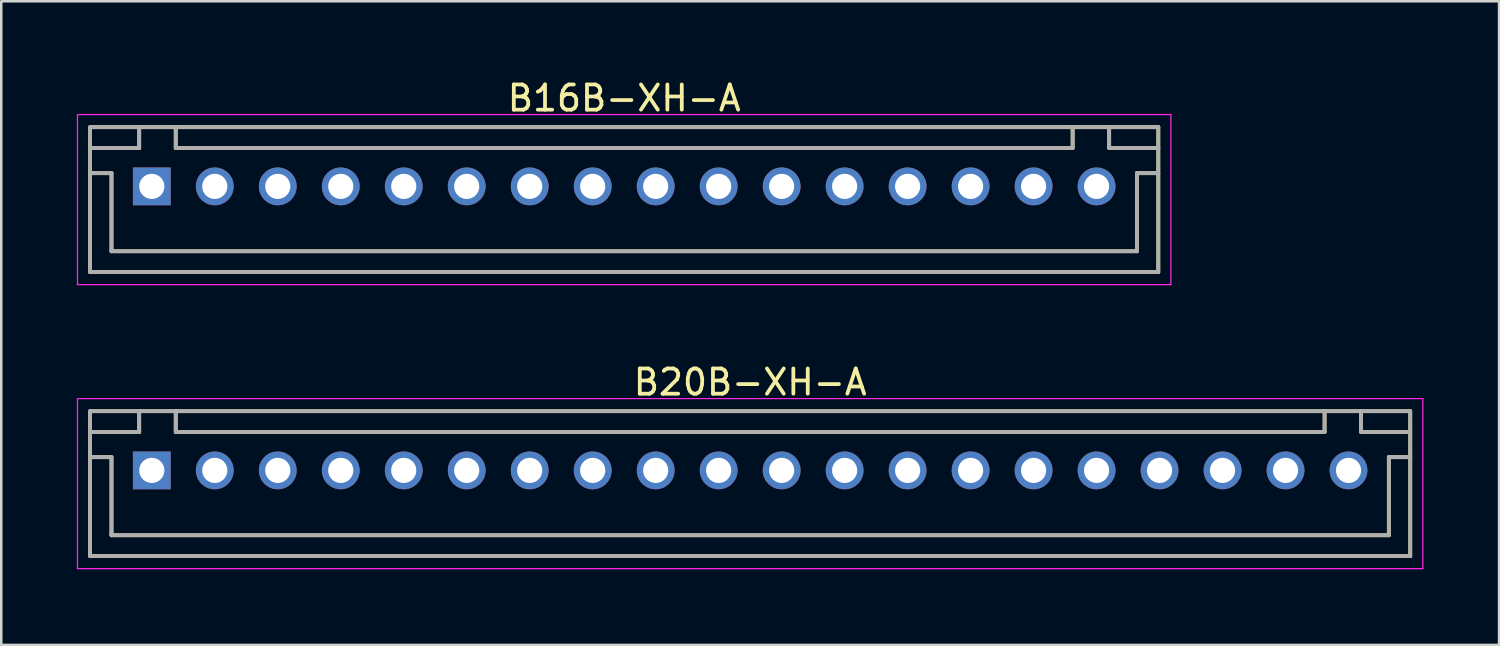
<source format=kicad_pcb>
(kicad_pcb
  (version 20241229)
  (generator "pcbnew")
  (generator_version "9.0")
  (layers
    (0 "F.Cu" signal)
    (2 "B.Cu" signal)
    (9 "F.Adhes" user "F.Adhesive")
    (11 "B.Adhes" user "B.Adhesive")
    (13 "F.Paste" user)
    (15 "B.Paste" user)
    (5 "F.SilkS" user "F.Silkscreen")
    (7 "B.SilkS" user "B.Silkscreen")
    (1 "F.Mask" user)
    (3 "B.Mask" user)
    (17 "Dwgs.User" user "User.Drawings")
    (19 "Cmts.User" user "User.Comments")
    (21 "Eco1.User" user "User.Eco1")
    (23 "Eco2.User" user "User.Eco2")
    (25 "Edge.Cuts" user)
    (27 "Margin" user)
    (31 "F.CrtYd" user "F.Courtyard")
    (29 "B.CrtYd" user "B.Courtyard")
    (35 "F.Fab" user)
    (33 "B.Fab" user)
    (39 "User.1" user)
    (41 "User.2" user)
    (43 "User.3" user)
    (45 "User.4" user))
  (footprint "B16B-XH-A"
    (layer "F.Cu")
    (at 21.725 4.348)
    (property "Reference" "B16B-XH-A" (at 0 -3.5 0) (layer "F.SilkS") (effects (font (size 1 1) (thickness 0.15))))
    (attr smd)
    (fp_line (start -21.2 -2.35) (end -21.2 3.4) (stroke (width 0.15) (type solid)) (layer "F.SilkS"))
    (fp_line (start -21.2 -2.35) (end 21.2 -2.35) (stroke (width 0.15) (type solid)) (layer "F.SilkS"))
    (fp_line (start -21.2 -1.525) (end -19.25 -1.525) (stroke (width 0.15) (type solid)) (layer "F.SilkS"))
    (fp_line (start -21.2 -0.525) (end -20.35 -0.525) (stroke (width 0.15) (type solid)) (layer "F.SilkS"))
    (fp_line (start -21.2 3.4) (end 21.2 3.4) (stroke (width 0.15) (type solid)) (layer "F.SilkS"))
    (fp_line (start -20.35 -0.525) (end -20.35 2.575) (stroke (width 0.15) (type solid)) (layer "F.SilkS"))
    (fp_line (start -20.35 2.575) (end 20.35 2.575) (stroke (width 0.15) (type solid)) (layer "F.SilkS"))
    (fp_line (start -19.25 -2.35) (end -19.25 -1.525) (stroke (width 0.15) (type solid)) (layer "F.SilkS"))
    (fp_line (start -17.8 -2.35) (end -17.8 -1.525) (stroke (width 0.15) (type solid)) (layer "F.SilkS"))
    (fp_line (start -17.8 -1.525) (end 17.8 -1.525) (stroke (width 0.15) (type solid)) (layer "F.SilkS"))
    (fp_line (start 17.8 -2.35) (end 17.8 -1.525) (stroke (width 0.15) (type solid)) (layer "F.SilkS"))
    (fp_line (start 19.25 -2.35) (end 19.25 -1.525) (stroke (width 0.15) (type solid)) (layer "F.SilkS"))
    (fp_line (start 19.25 -1.525) (end 21.2 -1.525) (stroke (width 0.15) (type solid)) (layer "F.SilkS"))
    (fp_line (start 20.35 -0.525) (end 20.35 2.575) (stroke (width 0.15) (type solid)) (layer "F.SilkS"))
    (fp_line (start 20.35 -0.525) (end 21.2 -0.525) (stroke (width 0.15) (type solid)) (layer "F.SilkS"))
    (fp_line (start 21.2 -2.35) (end 21.2 3.4) (stroke (width 0.15) (type solid)) (layer "F.SilkS"))
    (fp_line (start -21.7 -2.85) (end -21.7 3.9) (stroke (width 0.05) (type solid)) (layer "F.CrtYd"))
    (fp_line (start -21.7 -2.85) (end 21.7 -2.85) (stroke (width 0.05) (type solid)) (layer "F.CrtYd"))
    (fp_line (start -21.7 3.9) (end 21.7 3.9) (stroke (width 0.05) (type solid)) (layer "F.CrtYd"))
    (fp_line (start 21.7 -2.85) (end 21.7 3.9) (stroke (width 0.05) (type solid)) (layer "F.CrtYd"))
    (fp_line (start -21.2 -2.35) (end -21.2 3.4) (stroke (width 0.15) (type solid)) (layer "F.Fab"))
    (fp_line (start -21.2 -2.35) (end 21.2 -2.35) (stroke (width 0.15) (type solid)) (layer "F.Fab"))
    (fp_line (start -21.2 -1.525) (end -19.25 -1.525) (stroke (width 0.15) (type solid)) (layer "F.Fab"))
    (fp_line (start -21.2 -0.525) (end -20.35 -0.525) (stroke (width 0.15) (type solid)) (layer "F.Fab"))
    (fp_line (start -21.2 3.4) (end 21.2 3.4) (stroke (width 0.15) (type solid)) (layer "F.Fab"))
    (fp_line (start -20.35 -0.525) (end -20.35 2.575) (stroke (width 0.15) (type solid)) (layer "F.Fab"))
    (fp_line (start -20.35 2.575) (end 20.35 2.575) (stroke (width 0.15) (type solid)) (layer "F.Fab"))
    (fp_line (start -19.25 -2.35) (end -19.25 -1.525) (stroke (width 0.15) (type solid)) (layer "F.Fab"))
    (fp_line (start -17.8 -2.35) (end -17.8 -1.525) (stroke (width 0.15) (type solid)) (layer "F.Fab"))
    (fp_line (start -17.8 -1.525) (end 17.8 -1.525) (stroke (width 0.15) (type solid)) (layer "F.Fab"))
    (fp_line (start 17.8 -2.35) (end 17.8 -1.525) (stroke (width 0.15) (type solid)) (layer "F.Fab"))
    (fp_line (start 19.25 -2.35) (end 19.25 -1.525) (stroke (width 0.15) (type solid)) (layer "F.Fab"))
    (fp_line (start 19.25 -1.525) (end 21.2 -1.525) (stroke (width 0.15) (type solid)) (layer "F.Fab"))
    (fp_line (start 20.35 -0.525) (end 20.35 2.575) (stroke (width 0.15) (type solid)) (layer "F.Fab"))
    (fp_line (start 20.35 -0.525) (end 21.2 -0.525) (stroke (width 0.15) (type solid)) (layer "F.Fab"))
    (fp_line (start 21.2 -2.35) (end 21.2 3.4) (stroke (width 0.15) (type solid)) (layer "F.Fab"))
    (pad "1" thru_hole rect (at -18.75 0) (size 1.5 1.5) (drill 1) (layers "*.Cu" "*.Mask"))
    (pad "2" thru_hole circle (at -16.25 0) (size 1.5 1.5) (drill 1) (layers "*.Cu" "*.Mask"))
    (pad "3" thru_hole circle (at -13.75 0) (size 1.5 1.5) (drill 1) (layers "*.Cu" "*.Mask"))
    (pad "4" thru_hole circle (at -11.25 0) (size 1.5 1.5) (drill 1) (layers "*.Cu" "*.Mask"))
    (pad "5" thru_hole circle (at -8.75 0) (size 1.5 1.5) (drill 1) (layers "*.Cu" "*.Mask"))
    (pad "6" thru_hole circle (at -6.25 0) (size 1.5 1.5) (drill 1) (layers "*.Cu" "*.Mask"))
    (pad "7" thru_hole circle (at -3.75 0) (size 1.5 1.5) (drill 1) (layers "*.Cu" "*.Mask"))
    (pad "8" thru_hole circle (at -1.25 0) (size 1.5 1.5) (drill 1) (layers "*.Cu" "*.Mask"))
    (pad "9" thru_hole circle (at 1.25 0) (size 1.5 1.5) (drill 1) (layers "*.Cu" "*.Mask"))
    (pad "10" thru_hole circle (at 3.75 0) (size 1.5 1.5) (drill 1) (layers "*.Cu" "*.Mask"))
    (pad "11" thru_hole circle (at 6.25 0) (size 1.5 1.5) (drill 1) (layers "*.Cu" "*.Mask"))
    (pad "12" thru_hole circle (at 8.75 0) (size 1.5 1.5) (drill 1) (layers "*.Cu" "*.Mask"))
    (pad "13" thru_hole circle (at 11.25 0) (size 1.5 1.5) (drill 1) (layers "*.Cu" "*.Mask"))
    (pad "14" thru_hole circle (at 13.75 0) (size 1.5 1.5) (drill 1) (layers "*.Cu" "*.Mask"))
    (pad "15" thru_hole circle (at 16.25 0) (size 1.5 1.5) (drill 1) (layers "*.Cu" "*.Mask"))
    (pad "16" thru_hole circle (at 18.75 0) (size 1.5 1.5) (drill 1) (layers "*.Cu" "*.Mask")))
  (footprint "B20B-XH-A"
    (layer "F.Cu")
    (at 26.725 15.621)
    (property "Reference" "B20B-XH-A" (at 0 -3.5 0) (layer "F.SilkS") (effects (font (size 1 1) (thickness 0.15))))
    (attr smd)
    (fp_line (start -26.2 -2.35) (end -26.2 3.4) (stroke (width 0.15) (type solid)) (layer "F.SilkS"))
    (fp_line (start -26.2 -2.35) (end 26.2 -2.35) (stroke (width 0.15) (type solid)) (layer "F.SilkS"))
    (fp_line (start -26.2 -1.525) (end -24.25 -1.525) (stroke (width 0.15) (type solid)) (layer "F.SilkS"))
    (fp_line (start -26.2 -0.525) (end -25.35 -0.525) (stroke (width 0.15) (type solid)) (layer "F.SilkS"))
    (fp_line (start -26.2 3.4) (end 26.2 3.4) (stroke (width 0.15) (type solid)) (layer "F.SilkS"))
    (fp_line (start -25.35 -0.525) (end -25.35 2.575) (stroke (width 0.15) (type solid)) (layer "F.SilkS"))
    (fp_line (start -25.35 2.575) (end 25.35 2.575) (stroke (width 0.15) (type solid)) (layer "F.SilkS"))
    (fp_line (start -24.25 -2.35) (end -24.25 -1.525) (stroke (width 0.15) (type solid)) (layer "F.SilkS"))
    (fp_line (start -22.8 -2.35) (end -22.8 -1.525) (stroke (width 0.15) (type solid)) (layer "F.SilkS"))
    (fp_line (start -22.8 -1.525) (end 22.8 -1.525) (stroke (width 0.15) (type solid)) (layer "F.SilkS"))
    (fp_line (start 22.8 -2.35) (end 22.8 -1.525) (stroke (width 0.15) (type solid)) (layer "F.SilkS"))
    (fp_line (start 24.25 -2.35) (end 24.25 -1.525) (stroke (width 0.15) (type solid)) (layer "F.SilkS"))
    (fp_line (start 24.25 -1.525) (end 26.2 -1.525) (stroke (width 0.15) (type solid)) (layer "F.SilkS"))
    (fp_line (start 25.35 -0.525) (end 25.35 2.575) (stroke (width 0.15) (type solid)) (layer "F.SilkS"))
    (fp_line (start 25.35 -0.525) (end 26.2 -0.525) (stroke (width 0.15) (type solid)) (layer "F.SilkS"))
    (fp_line (start 26.2 -2.35) (end 26.2 3.4) (stroke (width 0.15) (type solid)) (layer "F.SilkS"))
    (fp_line (start -26.7 -2.85) (end -26.7 3.9) (stroke (width 0.05) (type solid)) (layer "F.CrtYd"))
    (fp_line (start -26.7 -2.85) (end 26.7 -2.85) (stroke (width 0.05) (type solid)) (layer "F.CrtYd"))
    (fp_line (start -26.7 3.9) (end 26.7 3.9) (stroke (width 0.05) (type solid)) (layer "F.CrtYd"))
    (fp_line (start 26.7 -2.85) (end 26.7 3.9) (stroke (width 0.05) (type solid)) (layer "F.CrtYd"))
    (fp_line (start -26.2 -2.35) (end -26.2 3.4) (stroke (width 0.15) (type solid)) (layer "F.Fab"))
    (fp_line (start -26.2 -2.35) (end 26.2 -2.35) (stroke (width 0.15) (type solid)) (layer "F.Fab"))
    (fp_line (start -26.2 -1.525) (end -24.25 -1.525) (stroke (width 0.15) (type solid)) (layer "F.Fab"))
    (fp_line (start -26.2 -0.525) (end -25.35 -0.525) (stroke (width 0.15) (type solid)) (layer "F.Fab"))
    (fp_line (start -26.2 3.4) (end 26.2 3.4) (stroke (width 0.15) (type solid)) (layer "F.Fab"))
    (fp_line (start -25.35 -0.525) (end -25.35 2.575) (stroke (width 0.15) (type solid)) (layer "F.Fab"))
    (fp_line (start -25.35 2.575) (end 25.35 2.575) (stroke (width 0.15) (type solid)) (layer "F.Fab"))
    (fp_line (start -24.25 -2.35) (end -24.25 -1.525) (stroke (width 0.15) (type solid)) (layer "F.Fab"))
    (fp_line (start -22.8 -2.35) (end -22.8 -1.525) (stroke (width 0.15) (type solid)) (layer "F.Fab"))
    (fp_line (start -22.8 -1.525) (end 22.8 -1.525) (stroke (width 0.15) (type solid)) (layer "F.Fab"))
    (fp_line (start 22.8 -2.35) (end 22.8 -1.525) (stroke (width 0.15) (type solid)) (layer "F.Fab"))
    (fp_line (start 24.25 -2.35) (end 24.25 -1.525) (stroke (width 0.15) (type solid)) (layer "F.Fab"))
    (fp_line (start 24.25 -1.525) (end 26.2 -1.525) (stroke (width 0.15) (type solid)) (layer "F.Fab"))
    (fp_line (start 25.35 -0.525) (end 25.35 2.575) (stroke (width 0.15) (type solid)) (layer "F.Fab"))
    (fp_line (start 25.35 -0.525) (end 26.2 -0.525) (stroke (width 0.15) (type solid)) (layer "F.Fab"))
    (fp_line (start 26.2 -2.35) (end 26.2 3.4) (stroke (width 0.15) (type solid)) (layer "F.Fab"))
    (pad "1" thru_hole rect (at -23.75 0) (size 1.5 1.5) (drill 1) (layers "*.Cu" "*.Mask"))
    (pad "2" thru_hole circle (at -21.25 0) (size 1.5 1.5) (drill 1) (layers "*.Cu" "*.Mask"))
    (pad "3" thru_hole circle (at -18.75 0) (size 1.5 1.5) (drill 1) (layers "*.Cu" "*.Mask"))
    (pad "4" thru_hole circle (at -16.25 0) (size 1.5 1.5) (drill 1) (layers "*.Cu" "*.Mask"))
    (pad "5" thru_hole circle (at -13.75 0) (size 1.5 1.5) (drill 1) (layers "*.Cu" "*.Mask"))
    (pad "6" thru_hole circle (at -11.25 0) (size 1.5 1.5) (drill 1) (layers "*.Cu" "*.Mask"))
    (pad "7" thru_hole circle (at -8.75 0) (size 1.5 1.5) (drill 1) (layers "*.Cu" "*.Mask"))
    (pad "8" thru_hole circle (at -6.25 0) (size 1.5 1.5) (drill 1) (layers "*.Cu" "*.Mask"))
    (pad "9" thru_hole circle (at -3.75 0) (size 1.5 1.5) (drill 1) (layers "*.Cu" "*.Mask"))
    (pad "10" thru_hole circle (at -1.25 0) (size 1.5 1.5) (drill 1) (layers "*.Cu" "*.Mask"))
    (pad "11" thru_hole circle (at 1.25 0) (size 1.5 1.5) (drill 1) (layers "*.Cu" "*.Mask"))
    (pad "12" thru_hole circle (at 3.75 0) (size 1.5 1.5) (drill 1) (layers "*.Cu" "*.Mask"))
    (pad "13" thru_hole circle (at 6.25 0) (size 1.5 1.5) (drill 1) (layers "*.Cu" "*.Mask"))
    (pad "14" thru_hole circle (at 8.75 0) (size 1.5 1.5) (drill 1) (layers "*.Cu" "*.Mask"))
    (pad "15" thru_hole circle (at 11.25 0) (size 1.5 1.5) (drill 1) (layers "*.Cu" "*.Mask"))
    (pad "16" thru_hole circle (at 13.75 0) (size 1.5 1.5) (drill 1) (layers "*.Cu" "*.Mask"))
    (pad "17" thru_hole circle (at 16.25 0) (size 1.5 1.5) (drill 1) (layers "*.Cu" "*.Mask"))
    (pad "18" thru_hole circle (at 18.75 0) (size 1.5 1.5) (drill 1) (layers "*.Cu" "*.Mask"))
    (pad "19" thru_hole circle (at 21.25 0) (size 1.5 1.5) (drill 1) (layers "*.Cu" "*.Mask"))
    (pad "20" thru_hole circle (at 23.75 0) (size 1.5 1.5) (drill 1) (layers "*.Cu" "*.Mask")))
  (gr_rect
    (start -3 -3)
    (end 56.45 22.547)
    (stroke (width 0.1) (type default))
    (fill no)
    (layer "Edge.Cuts")))
</source>
